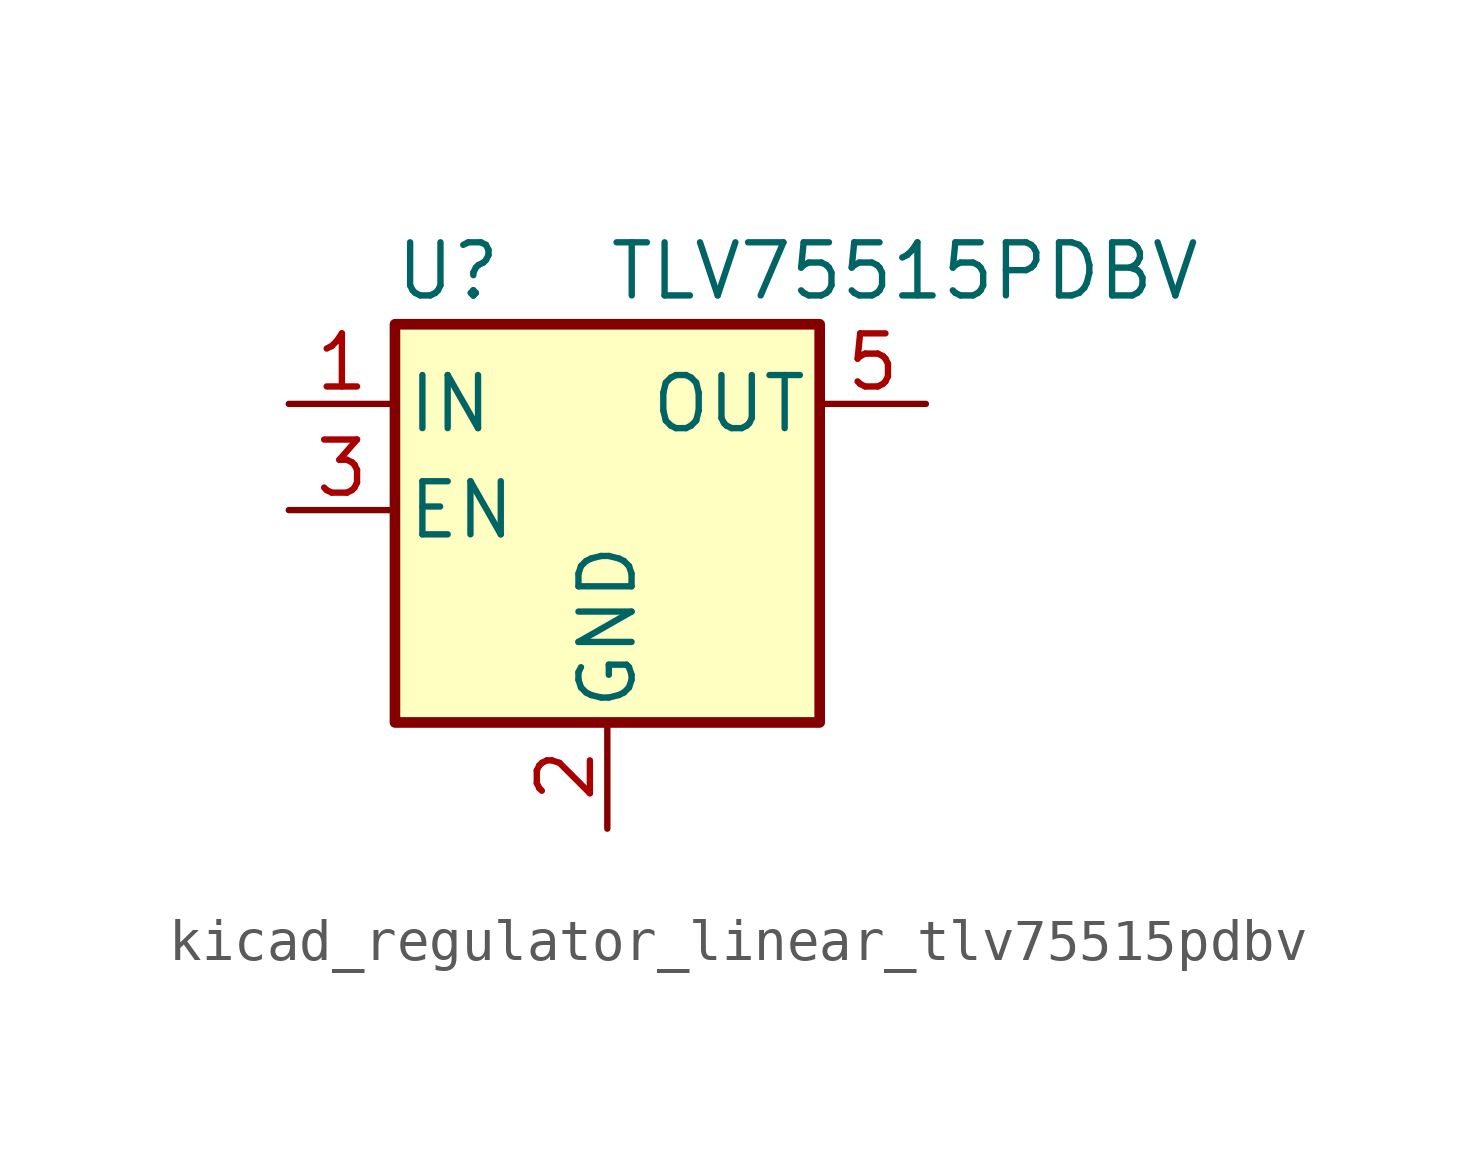
<source format=kicad_sym>
(kicad_symbol_lib
  (version 20220914)
  (generator kicad_symbol_editor)
  (symbol "kicad_regulator_linear_tlv75515pdbv"
    (pin_names
      (offset 0.254))
    (property "Reference" "U"
      (at -3.81 5.715 0)
      (effects (font (size 1.27 1.27))))
    (property "Value" "TLV75515PDBV"
      (at 0 5.715 0)
      (effects (font (size 1.27 1.27)) (justify left)))
    (symbol "kicad_regulator_linear_tlv75515pdbv_0_1"
      (rectangle (start -5.08 4.445) (end 5.08 -5.08) (stroke (width 0.254) (type default)) (fill (type background))))
    (symbol "kicad_regulator_linear_tlv75515pdbv_1_1"
      (pin power_in line (at -7.62 2.54 0) (length 2.54) (name "IN" (effects (font (size 1.27 1.27)))) (number "1" (effects (font (size 1.27 1.27)))))
      (pin power_in line (at 0 -7.62 90) (length 2.54) (name "GND" (effects (font (size 1.27 1.27)))) (number "2" (effects (font (size 1.27 1.27)))))
      (pin input line (at -7.62 0 0) (length 2.54) (name "EN" (effects (font (size 1.27 1.27)))) (number "3" (effects (font (size 1.27 1.27)))))
      (pin no_connect line (at 5.08 0 180) (length 2.54) hide (name "NC" (effects (font (size 1.27 1.27)))) (number "4" (effects (font (size 1.27 1.27)))))
      (pin power_out line (at 7.62 2.54 180) (length 2.54) (name "OUT" (effects (font (size 1.27 1.27)))) (number "5" (effects (font (size 1.27 1.27))))))))
</source>
